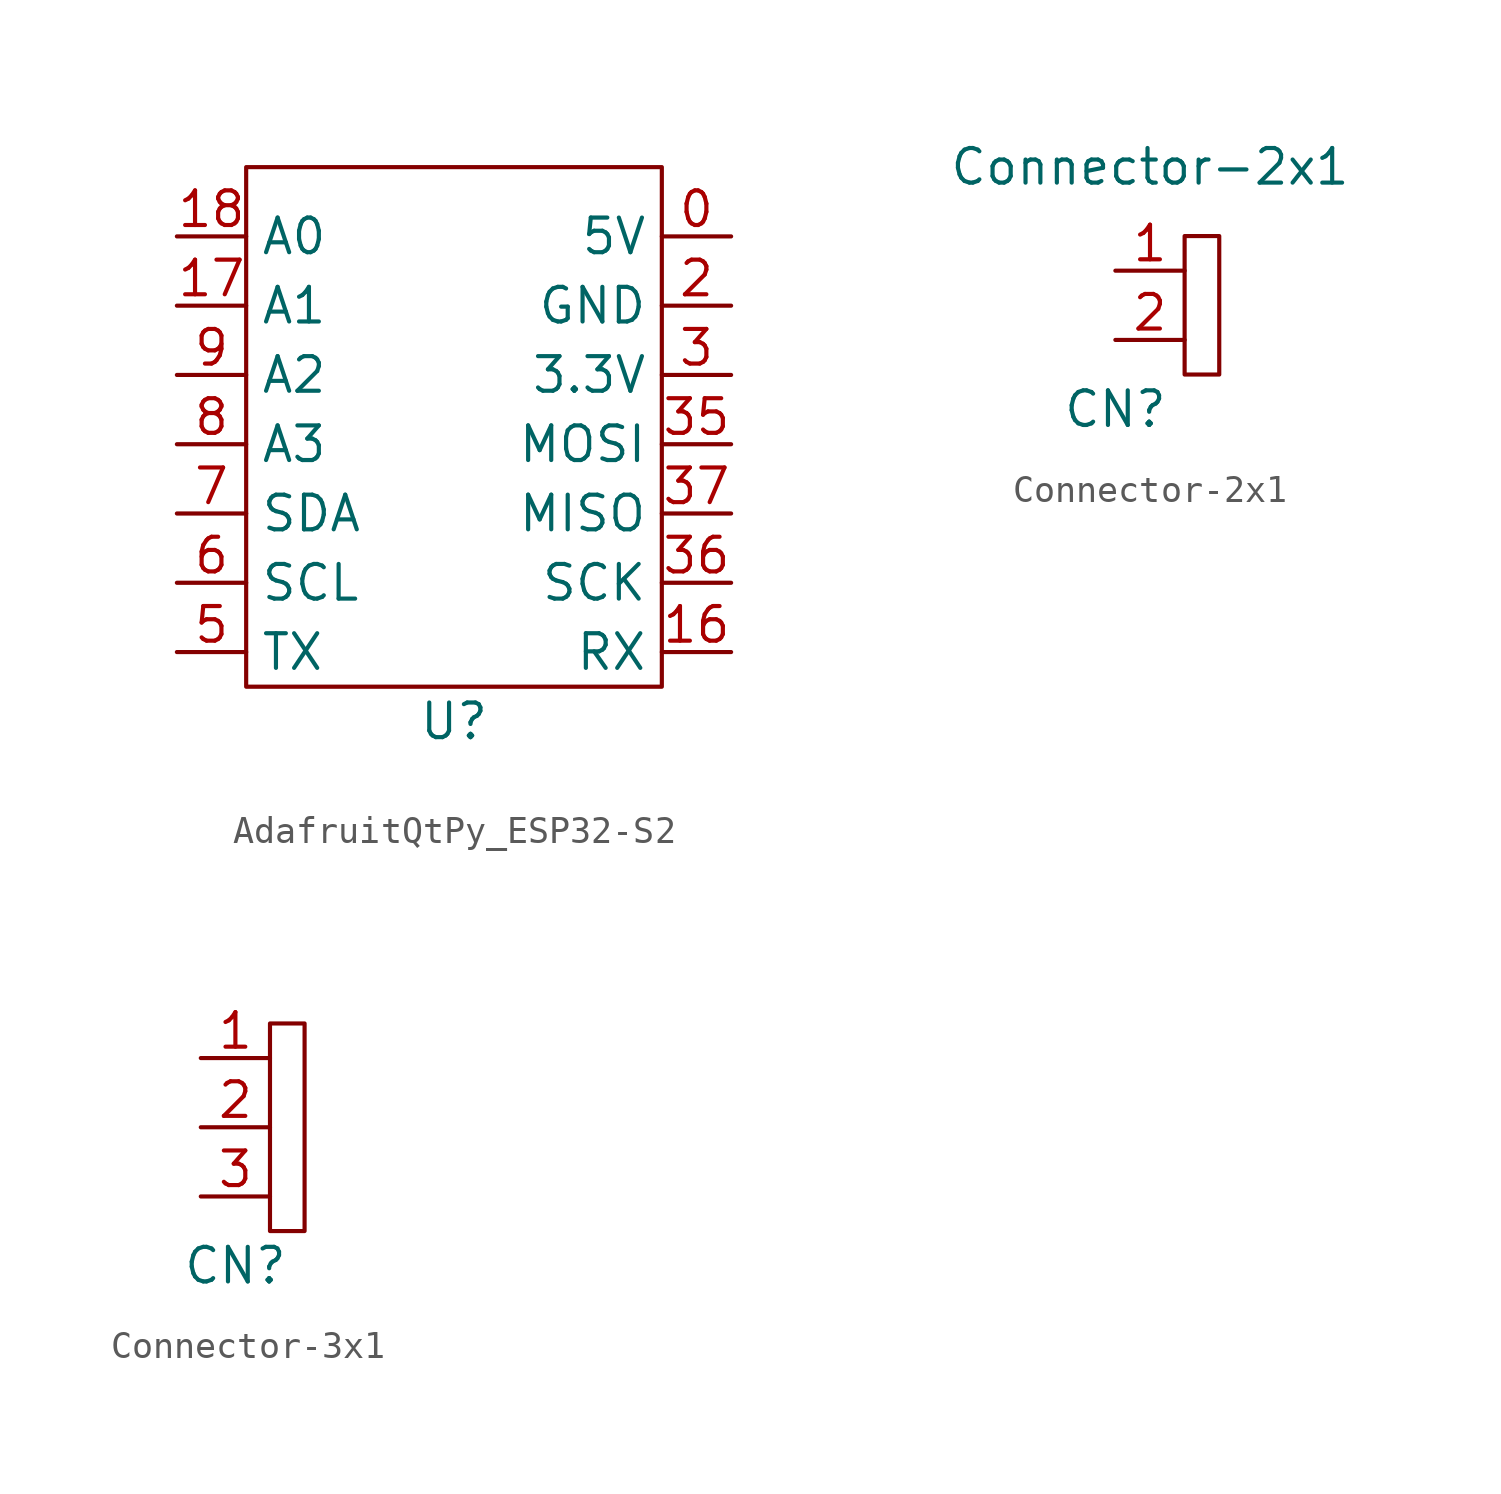
<source format=kicad_sym>
(kicad_symbol_lib
  (version 20220914)
  (generator kicad_symbol_editor)
  (symbol "AdafruitQtPy_ESP32-S2"
    (property "Reference" "U"
      (at 0 -12.7 0)
      (effects (font (size 1.27 1.27))))
    (property "Value" ""
      (at -1.27 0 0)
      (effects (font (size 1.27 1.27))))
    (symbol "AdafruitQtPy_ESP32-S2_0_1"
      (rectangle (start -7.62 7.62) (end 7.62 -11.43) (stroke (width 0) (type default)) (fill (type none))))
    (symbol "AdafruitQtPy_ESP32-S2_1_1"
      (pin input line (at 10.16 5.08 180) (length 2.54) (name "5V" (effects (font (size 1.27 1.27)))) (number "0" (effects (font (size 1.27 1.27)))))
      (pin input line (at 10.16 -10.16 180) (length 2.54) (name "RX" (effects (font (size 1.27 1.27)))) (number "16" (effects (font (size 1.27 1.27)))))
      (pin input line (at -10.16 2.54 0) (length 2.54) (name "A1" (effects (font (size 1.27 1.27)))) (number "17" (effects (font (size 1.27 1.27)))))
      (pin input line (at -10.16 5.08 0) (length 2.54) (name "A0" (effects (font (size 1.27 1.27)))) (number "18" (effects (font (size 1.27 1.27)))))
      (pin input line (at 10.16 2.54 180) (length 2.54) (name "GND" (effects (font (size 1.27 1.27)))) (number "2" (effects (font (size 1.27 1.27)))))
      (pin input line (at 10.16 0 180) (length 2.54) (name "3.3V" (effects (font (size 1.27 1.27)))) (number "3" (effects (font (size 1.27 1.27)))))
      (pin input line (at 10.16 -2.54 180) (length 2.54) (name "MOSI" (effects (font (size 1.27 1.27)))) (number "35" (effects (font (size 1.27 1.27)))))
      (pin input line (at 10.16 -7.62 180) (length 2.54) (name "SCK" (effects (font (size 1.27 1.27)))) (number "36" (effects (font (size 1.27 1.27)))))
      (pin input line (at 10.16 -5.08 180) (length 2.54) (name "MISO" (effects (font (size 1.27 1.27)))) (number "37" (effects (font (size 1.27 1.27)))))
      (pin input line (at -10.16 -10.16 0) (length 2.54) (name "TX" (effects (font (size 1.27 1.27)))) (number "5" (effects (font (size 1.27 1.27)))))
      (pin input line (at -10.16 -7.62 0) (length 2.54) (name "SCL" (effects (font (size 1.27 1.27)))) (number "6" (effects (font (size 1.27 1.27)))))
      (pin input line (at -10.16 -5.08 0) (length 2.54) (name "SDA" (effects (font (size 1.27 1.27)))) (number "7" (effects (font (size 1.27 1.27)))))
      (pin input line (at -10.16 -2.54 0) (length 2.54) (name "A3" (effects (font (size 1.27 1.27)))) (number "8" (effects (font (size 1.27 1.27)))))
      (pin input line (at -10.16 0 0) (length 2.54) (name "A2" (effects (font (size 1.27 1.27)))) (number "9" (effects (font (size 1.27 1.27)))))))
  (symbol "Connector-2x1"
    (property "Reference" "CN"
      (at 0 -3.81 0)
      (effects (font (size 1.27 1.27))))
    (property "Value" "Connector-2x1"
      (at 1.27 5.08 0)
      (effects (font (size 1.27 1.27))))
    (symbol "Connector-2x1_0_1"
      (rectangle (start 2.54 2.54) (end 3.81 -2.54) (stroke (width 0) (type default)) (fill (type none))))
    (symbol "Connector-2x1_1_1"
      (pin input line (at 0 1.27 0) (length 2.54) (name "" (effects (font (size 1.27 1.27)))) (number "1" (effects (font (size 1.27 1.27)))))
      (pin input line (at 0 -1.27 0) (length 2.54) (name "" (effects (font (size 1.27 1.27)))) (number "2" (effects (font (size 1.27 1.27)))))))
  (symbol "Connector-3x1"
    (property "Reference" "CN"
      (at 1.27 -5.08 0)
      (effects (font (size 1.27 1.27))))
    (property "Value" ""
      (at 1.27 -2.54 0)
      (effects (font (size 1.27 1.27))))
    (symbol "Connector-3x1_0_1"
      (rectangle (start 2.54 3.81) (end 3.81 -3.81) (stroke (width 0) (type default)) (fill (type none))))
    (symbol "Connector-3x1_1_1"
      (pin input line (at 0 2.54 0) (length 2.54) (name "" (effects (font (size 1.27 1.27)))) (number "1" (effects (font (size 1.27 1.27)))))
      (pin input line (at 0 0 0) (length 2.54) (name "" (effects (font (size 1.27 1.27)))) (number "2" (effects (font (size 1.27 1.27)))))
      (pin input line (at 0 -2.54 0) (length 2.54) (name "" (effects (font (size 1.27 1.27)))) (number "3" (effects (font (size 1.27 1.27))))))))
</source>
